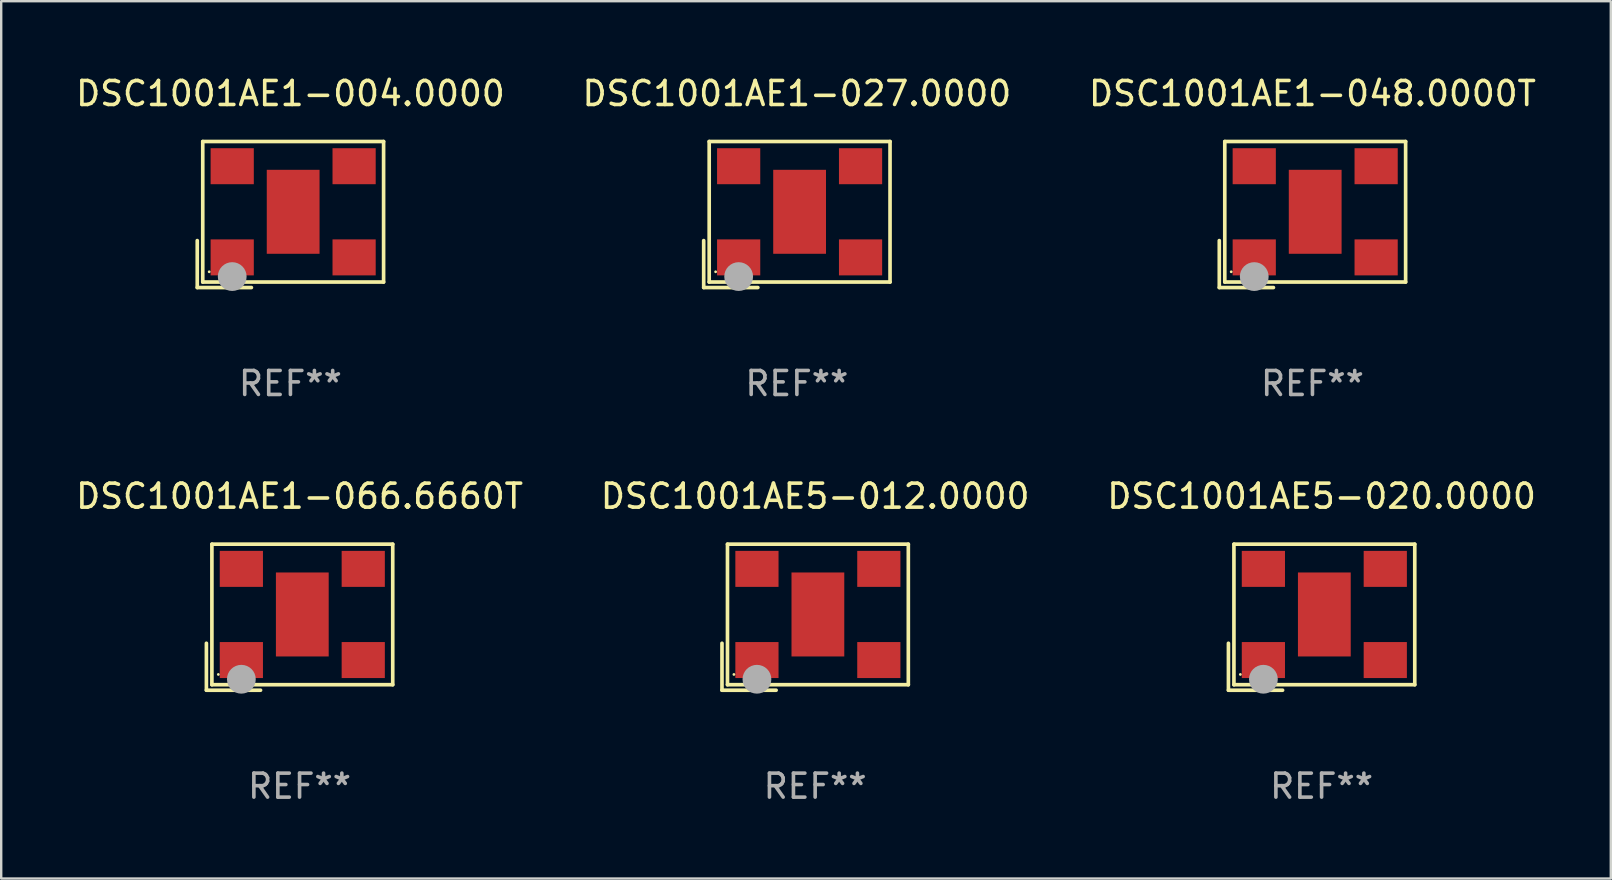
<source format=kicad_pcb>
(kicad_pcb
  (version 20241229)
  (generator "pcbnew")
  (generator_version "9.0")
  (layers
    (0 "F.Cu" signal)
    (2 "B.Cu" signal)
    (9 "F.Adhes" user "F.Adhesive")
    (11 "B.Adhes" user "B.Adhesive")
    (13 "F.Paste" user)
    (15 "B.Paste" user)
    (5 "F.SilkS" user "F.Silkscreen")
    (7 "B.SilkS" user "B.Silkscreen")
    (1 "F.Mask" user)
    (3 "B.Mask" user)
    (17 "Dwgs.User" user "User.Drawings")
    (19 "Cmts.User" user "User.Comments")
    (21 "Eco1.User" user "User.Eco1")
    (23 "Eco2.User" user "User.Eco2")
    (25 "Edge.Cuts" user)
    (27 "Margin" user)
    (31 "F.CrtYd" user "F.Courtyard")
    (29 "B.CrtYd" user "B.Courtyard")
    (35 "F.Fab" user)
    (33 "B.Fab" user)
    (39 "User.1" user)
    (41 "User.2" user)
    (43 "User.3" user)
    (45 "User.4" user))
  (footprint "DSC1001AE1-027.0000"
    (layer "F.Cu")
    (at 30.161 5.891)
    (property "Reference" "DSC1001AE1-027.0000" (at 0 -5.043 0) (layer "F.SilkS") (effects (font (size 1 1) (thickness 0.15))))
    (attr through_hole)
    (fp_line (start -3.883 1.086) (end -3.883 3.043) (stroke (width 0.152) (type solid)) (layer "F.SilkS"))
    (fp_line (start -3.883 3.043) (end -1.626 3.043) (stroke (width 0.152) (type solid)) (layer "F.SilkS"))
    (fp_line (start -3.654 -3.043) (end 3.883 -3.043) (stroke (width 0.152) (type solid)) (layer "F.SilkS"))
    (fp_line (start -3.654 2.814) (end -3.654 -3.043) (stroke (width 0.152) (type solid)) (layer "F.SilkS"))
    (fp_line (start 3.883 -3.043) (end 3.883 2.814) (stroke (width 0.152) (type solid)) (layer "F.SilkS"))
    (fp_line (start 3.883 2.814) (end -3.654 2.814) (stroke (width 0.152) (type solid)) (layer "F.SilkS"))
    (fp_circle (center -3.386 2.386) (end -3.356 2.386) (stroke (width 0.06) (type solid)) (fill no) (layer "F.SilkS"))
    (fp_circle (center -2.426 2.586) (end -2.126 2.586) (stroke (width 0.6) (type solid)) (fill no) (layer "F.Fab"))
    (fp_text user "REF**" (at 0 7.043 0) (layer "F.Fab") (effects (font (size 1 1) (thickness 0.15))))
    (pad "1" smd rect (at -2.426 1.786) (size 1.8 1.5) (layers "F.Cu" "F.Mask" "F.Paste"))
    (pad "2" smd rect (at 2.654 1.786) (size 1.8 1.5) (layers "F.Cu" "F.Mask" "F.Paste"))
    (pad "3" smd rect (at 2.654 -2.014) (size 1.8 1.5) (layers "F.Cu" "F.Mask" "F.Paste"))
    (pad "4" smd rect (at -2.426 -2.014) (size 1.8 1.5) (layers "F.Cu" "F.Mask" "F.Paste"))
    (pad "5" smd rect (at 0.114 -0.114) (size 2.2 3.5) (layers "F.Cu" "F.Mask" "F.Paste")))
  (footprint "DSC1001AE5-020.0000"
    (layer "F.Cu")
    (at 52.03 22.673)
    (property "Reference" "DSC1001AE5-020.0000" (at 0 -5.043 0) (layer "F.SilkS") (effects (font (size 1 1) (thickness 0.15))))
    (attr through_hole)
    (fp_line (start -3.883 1.086) (end -3.883 3.043) (stroke (width 0.152) (type solid)) (layer "F.SilkS"))
    (fp_line (start -3.883 3.043) (end -1.626 3.043) (stroke (width 0.152) (type solid)) (layer "F.SilkS"))
    (fp_line (start -3.654 -3.043) (end 3.883 -3.043) (stroke (width 0.152) (type solid)) (layer "F.SilkS"))
    (fp_line (start -3.654 2.814) (end -3.654 -3.043) (stroke (width 0.152) (type solid)) (layer "F.SilkS"))
    (fp_line (start 3.883 -3.043) (end 3.883 2.814) (stroke (width 0.152) (type solid)) (layer "F.SilkS"))
    (fp_line (start 3.883 2.814) (end -3.654 2.814) (stroke (width 0.152) (type solid)) (layer "F.SilkS"))
    (fp_circle (center -3.386 2.386) (end -3.356 2.386) (stroke (width 0.06) (type solid)) (fill no) (layer "F.SilkS"))
    (fp_circle (center -2.426 2.586) (end -2.126 2.586) (stroke (width 0.6) (type solid)) (fill no) (layer "F.Fab"))
    (fp_text user "REF**" (at 0 7.043 0) (layer "F.Fab") (effects (font (size 1 1) (thickness 0.15))))
    (pad "1" smd rect (at -2.426 1.786) (size 1.8 1.5) (layers "F.Cu" "F.Mask" "F.Paste"))
    (pad "2" smd rect (at 2.654 1.786) (size 1.8 1.5) (layers "F.Cu" "F.Mask" "F.Paste"))
    (pad "3" smd rect (at 2.654 -2.014) (size 1.8 1.5) (layers "F.Cu" "F.Mask" "F.Paste"))
    (pad "4" smd rect (at -2.426 -2.014) (size 1.8 1.5) (layers "F.Cu" "F.Mask" "F.Paste"))
    (pad "5" smd rect (at 0.114 -0.114) (size 2.2 3.5) (layers "F.Cu" "F.Mask" "F.Paste")))
  (footprint "DSC1001AE5-012.0000"
    (layer "F.Cu")
    (at 30.923 22.673)
    (property "Reference" "DSC1001AE5-012.0000" (at 0 -5.043 0) (layer "F.SilkS") (effects (font (size 1 1) (thickness 0.15))))
    (attr through_hole)
    (fp_line (start -3.883 1.086) (end -3.883 3.043) (stroke (width 0.152) (type solid)) (layer "F.SilkS"))
    (fp_line (start -3.883 3.043) (end -1.626 3.043) (stroke (width 0.152) (type solid)) (layer "F.SilkS"))
    (fp_line (start -3.654 -3.043) (end 3.883 -3.043) (stroke (width 0.152) (type solid)) (layer "F.SilkS"))
    (fp_line (start -3.654 2.814) (end -3.654 -3.043) (stroke (width 0.152) (type solid)) (layer "F.SilkS"))
    (fp_line (start 3.883 -3.043) (end 3.883 2.814) (stroke (width 0.152) (type solid)) (layer "F.SilkS"))
    (fp_line (start 3.883 2.814) (end -3.654 2.814) (stroke (width 0.152) (type solid)) (layer "F.SilkS"))
    (fp_circle (center -3.386 2.386) (end -3.356 2.386) (stroke (width 0.06) (type solid)) (fill no) (layer "F.SilkS"))
    (fp_circle (center -2.426 2.586) (end -2.126 2.586) (stroke (width 0.6) (type solid)) (fill no) (layer "F.Fab"))
    (fp_text user "REF**" (at 0 7.043 0) (layer "F.Fab") (effects (font (size 1 1) (thickness 0.15))))
    (pad "1" smd rect (at -2.426 1.786) (size 1.8 1.5) (layers "F.Cu" "F.Mask" "F.Paste"))
    (pad "2" smd rect (at 2.654 1.786) (size 1.8 1.5) (layers "F.Cu" "F.Mask" "F.Paste"))
    (pad "3" smd rect (at 2.654 -2.014) (size 1.8 1.5) (layers "F.Cu" "F.Mask" "F.Paste"))
    (pad "4" smd rect (at -2.426 -2.014) (size 1.8 1.5) (layers "F.Cu" "F.Mask" "F.Paste"))
    (pad "5" smd rect (at 0.114 -0.114) (size 2.2 3.5) (layers "F.Cu" "F.Mask" "F.Paste")))
  (footprint "DSC1001AE1-004.0000"
    (layer "F.Cu")
    (at 9.054 5.891)
    (property "Reference" "DSC1001AE1-004.0000" (at 0 -5.043 0) (layer "F.SilkS") (effects (font (size 1 1) (thickness 0.15))))
    (attr through_hole)
    (fp_line (start -3.883 1.086) (end -3.883 3.043) (stroke (width 0.152) (type solid)) (layer "F.SilkS"))
    (fp_line (start -3.883 3.043) (end -1.626 3.043) (stroke (width 0.152) (type solid)) (layer "F.SilkS"))
    (fp_line (start -3.654 -3.043) (end 3.883 -3.043) (stroke (width 0.152) (type solid)) (layer "F.SilkS"))
    (fp_line (start -3.654 2.814) (end -3.654 -3.043) (stroke (width 0.152) (type solid)) (layer "F.SilkS"))
    (fp_line (start 3.883 -3.043) (end 3.883 2.814) (stroke (width 0.152) (type solid)) (layer "F.SilkS"))
    (fp_line (start 3.883 2.814) (end -3.654 2.814) (stroke (width 0.152) (type solid)) (layer "F.SilkS"))
    (fp_circle (center -3.386 2.386) (end -3.356 2.386) (stroke (width 0.06) (type solid)) (fill no) (layer "F.SilkS"))
    (fp_circle (center -2.426 2.586) (end -2.126 2.586) (stroke (width 0.6) (type solid)) (fill no) (layer "F.Fab"))
    (fp_text user "REF**" (at 0 7.043 0) (layer "F.Fab") (effects (font (size 1 1) (thickness 0.15))))
    (pad "1" smd rect (at -2.426 1.786) (size 1.8 1.5) (layers "F.Cu" "F.Mask" "F.Paste"))
    (pad "2" smd rect (at 2.654 1.786) (size 1.8 1.5) (layers "F.Cu" "F.Mask" "F.Paste"))
    (pad "3" smd rect (at 2.654 -2.014) (size 1.8 1.5) (layers "F.Cu" "F.Mask" "F.Paste"))
    (pad "4" smd rect (at -2.426 -2.014) (size 1.8 1.5) (layers "F.Cu" "F.Mask" "F.Paste"))
    (pad "5" smd rect (at 0.114 -0.114) (size 2.2 3.5) (layers "F.Cu" "F.Mask" "F.Paste")))
  (footprint "DSC1001AE1-066.6660T"
    (layer "F.Cu")
    (at 9.435 22.673)
    (property "Reference" "DSC1001AE1-066.6660T" (at 0 -5.043 0) (layer "F.SilkS") (effects (font (size 1 1) (thickness 0.15))))
    (attr through_hole)
    (fp_line (start -3.883 1.086) (end -3.883 3.043) (stroke (width 0.152) (type solid)) (layer "F.SilkS"))
    (fp_line (start -3.883 3.043) (end -1.626 3.043) (stroke (width 0.152) (type solid)) (layer "F.SilkS"))
    (fp_line (start -3.654 -3.043) (end 3.883 -3.043) (stroke (width 0.152) (type solid)) (layer "F.SilkS"))
    (fp_line (start -3.654 2.814) (end -3.654 -3.043) (stroke (width 0.152) (type solid)) (layer "F.SilkS"))
    (fp_line (start 3.883 -3.043) (end 3.883 2.814) (stroke (width 0.152) (type solid)) (layer "F.SilkS"))
    (fp_line (start 3.883 2.814) (end -3.654 2.814) (stroke (width 0.152) (type solid)) (layer "F.SilkS"))
    (fp_circle (center -3.386 2.386) (end -3.356 2.386) (stroke (width 0.06) (type solid)) (fill no) (layer "F.SilkS"))
    (fp_circle (center -2.426 2.586) (end -2.126 2.586) (stroke (width 0.6) (type solid)) (fill no) (layer "F.Fab"))
    (fp_text user "REF**" (at 0 7.043 0) (layer "F.Fab") (effects (font (size 1 1) (thickness 0.15))))
    (pad "1" smd rect (at -2.426 1.786) (size 1.8 1.5) (layers "F.Cu" "F.Mask" "F.Paste"))
    (pad "2" smd rect (at 2.654 1.786) (size 1.8 1.5) (layers "F.Cu" "F.Mask" "F.Paste"))
    (pad "3" smd rect (at 2.654 -2.014) (size 1.8 1.5) (layers "F.Cu" "F.Mask" "F.Paste"))
    (pad "4" smd rect (at -2.426 -2.014) (size 1.8 1.5) (layers "F.Cu" "F.Mask" "F.Paste"))
    (pad "5" smd rect (at 0.114 -0.114) (size 2.2 3.5) (layers "F.Cu" "F.Mask" "F.Paste")))
  (footprint "DSC1001AE1-048.0000T"
    (layer "F.Cu")
    (at 51.649 5.891)
    (property "Reference" "DSC1001AE1-048.0000T" (at 0 -5.043 0) (layer "F.SilkS") (effects (font (size 1 1) (thickness 0.15))))
    (attr through_hole)
    (fp_line (start -3.883 1.086) (end -3.883 3.043) (stroke (width 0.152) (type solid)) (layer "F.SilkS"))
    (fp_line (start -3.883 3.043) (end -1.626 3.043) (stroke (width 0.152) (type solid)) (layer "F.SilkS"))
    (fp_line (start -3.654 -3.043) (end 3.883 -3.043) (stroke (width 0.152) (type solid)) (layer "F.SilkS"))
    (fp_line (start -3.654 2.814) (end -3.654 -3.043) (stroke (width 0.152) (type solid)) (layer "F.SilkS"))
    (fp_line (start 3.883 -3.043) (end 3.883 2.814) (stroke (width 0.152) (type solid)) (layer "F.SilkS"))
    (fp_line (start 3.883 2.814) (end -3.654 2.814) (stroke (width 0.152) (type solid)) (layer "F.SilkS"))
    (fp_circle (center -3.386 2.386) (end -3.356 2.386) (stroke (width 0.06) (type solid)) (fill no) (layer "F.SilkS"))
    (fp_circle (center -2.426 2.586) (end -2.126 2.586) (stroke (width 0.6) (type solid)) (fill no) (layer "F.Fab"))
    (fp_text user "REF**" (at 0 7.043 0) (layer "F.Fab") (effects (font (size 1 1) (thickness 0.15))))
    (pad "1" smd rect (at -2.426 1.786) (size 1.8 1.5) (layers "F.Cu" "F.Mask" "F.Paste"))
    (pad "2" smd rect (at 2.654 1.786) (size 1.8 1.5) (layers "F.Cu" "F.Mask" "F.Paste"))
    (pad "3" smd rect (at 2.654 -2.014) (size 1.8 1.5) (layers "F.Cu" "F.Mask" "F.Paste"))
    (pad "4" smd rect (at -2.426 -2.014) (size 1.8 1.5) (layers "F.Cu" "F.Mask" "F.Paste"))
    (pad "5" smd rect (at 0.114 -0.114) (size 2.2 3.5) (layers "F.Cu" "F.Mask" "F.Paste")))
  (gr_rect
    (start -3 -3)
    (end 64.083 33.565)
    (stroke (width 0.1) (type default))
    (fill no)
    (layer "Edge.Cuts")))
</source>
